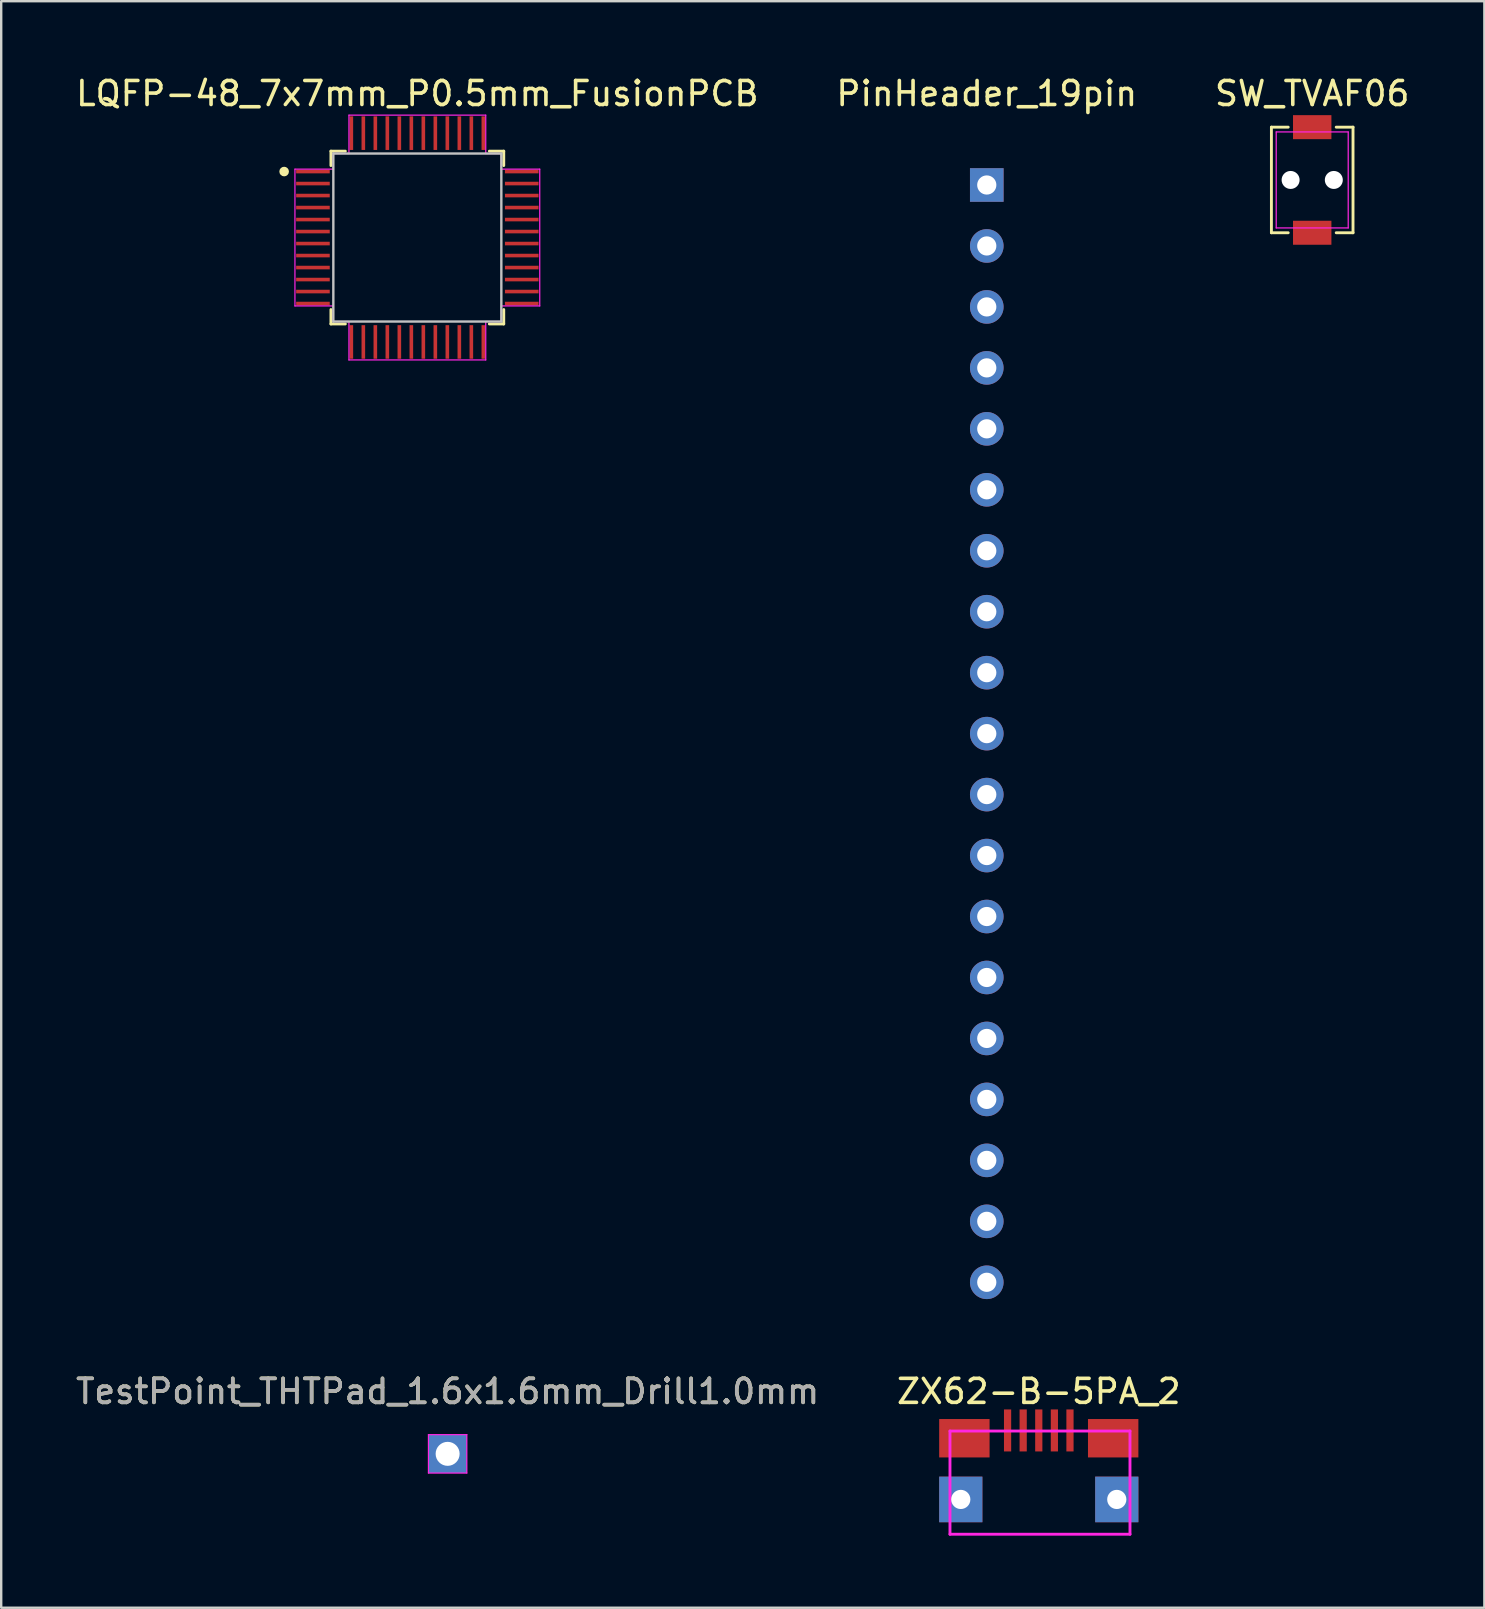
<source format=kicad_pcb>
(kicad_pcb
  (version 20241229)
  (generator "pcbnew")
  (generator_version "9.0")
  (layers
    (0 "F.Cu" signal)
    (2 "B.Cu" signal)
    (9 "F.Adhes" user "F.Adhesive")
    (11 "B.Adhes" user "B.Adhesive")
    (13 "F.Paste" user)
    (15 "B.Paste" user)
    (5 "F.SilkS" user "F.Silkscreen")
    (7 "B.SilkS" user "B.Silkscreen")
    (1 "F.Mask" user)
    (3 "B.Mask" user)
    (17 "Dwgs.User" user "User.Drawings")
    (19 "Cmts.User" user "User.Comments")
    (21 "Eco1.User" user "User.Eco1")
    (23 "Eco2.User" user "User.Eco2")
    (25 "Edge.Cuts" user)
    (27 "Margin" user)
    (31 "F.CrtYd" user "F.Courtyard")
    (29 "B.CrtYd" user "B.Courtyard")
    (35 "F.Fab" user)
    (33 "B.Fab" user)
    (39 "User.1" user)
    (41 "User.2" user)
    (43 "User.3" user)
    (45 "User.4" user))
  (footprint "ZX62-B-5PA_2"
    (layer "F.Cu")
    (at 40.232 59.426)
    (property "Reference" "ZX62-B-5PA_2" (at 0 -4.5 0) (layer "F.SilkS") (effects (font (size 1 1) (thickness 0.15))))
    (attr through_hole)
    (fp_line (start -3.7 -2.85) (end 3.8 -2.85) (stroke (width 0.12) (type solid)) (layer "F.CrtYd"))
    (fp_line (start -3.7 1.45) (end -3.7 -2.85) (stroke (width 0.12) (type solid)) (layer "F.CrtYd"))
    (fp_line (start 3.8 -2.85) (end 3.8 1.45) (stroke (width 0.12) (type solid)) (layer "F.CrtYd"))
    (fp_line (start 3.8 1.45) (end -3.7 1.45) (stroke (width 0.12) (type solid)) (layer "F.CrtYd"))
    (pad "1" smd rect (at -1.3 -2.875) (size 0.3 1.75) (layers "F.Cu" "F.Mask" "F.Paste"))
    (pad "2" smd rect (at -0.65 -2.875) (size 0.3 1.75) (layers "F.Cu" "F.Mask" "F.Paste"))
    (pad "3" smd rect (at 0 -2.875) (size 0.3 1.75) (layers "F.Cu" "F.Mask" "F.Paste"))
    (pad "4" smd rect (at 0.65 -2.875) (size 0.3 1.75) (layers "F.Cu" "F.Mask" "F.Paste"))
    (pad "5" smd rect (at 1.3 -2.875) (size 0.3 1.75) (layers "F.Cu" "F.Mask" "F.Paste"))
    (pad "6" thru_hole rect (at -3.25 0) (size 1.8 1.9) (drill 0.8) (layers "*.Cu" "*.Mask"))
    (pad "6" smd rect (at -3.1 -2.55) (size 2.1 1.6) (layers "F.Cu" "F.Mask" "F.Paste"))
    (pad "6" smd rect (at 3.1 -2.55) (size 2.1 1.6) (layers "F.Cu" "F.Mask" "F.Paste"))
    (pad "6" thru_hole rect (at 3.25 0) (size 1.8 1.9) (drill 0.8) (layers "*.Cu" "*.Mask")))
  (footprint "TestPoint_THTPad_1.6x1.6mm_Drill1.0mm"
    (layer "F.Cu")
    (at 15.601 57.526)
    (property "Reference" "TestPoint_THTPad_1.6x1.6mm_Drill1.0mm" (at 0 -2.6 0) (layer "F.SilkS") (effects (font (size 1 1) (thickness 0.15))))
    (attr exclude_from_pos_files exclude_from_bom)
    (fp_line (start -0.8 -0.8) (end -0.8 0.8) (stroke (width 0.05) (type solid)) (layer "F.CrtYd"))
    (fp_line (start -0.8 -0.8) (end 0.8 -0.8) (stroke (width 0.05) (type solid)) (layer "F.CrtYd"))
    (fp_line (start 0.8 0.8) (end -0.8 0.8) (stroke (width 0.05) (type solid)) (layer "F.CrtYd"))
    (fp_line (start 0.8 0.8) (end 0.8 -0.8) (stroke (width 0.05) (type solid)) (layer "F.CrtYd"))
    (fp_text user "${REFERENCE}" (at 0 -2.6 0) (layer "F.Fab") (effects (font (size 1 1) (thickness 0.15))))
    (pad "1" thru_hole rect (at 0 0) (size 1.6 1.6) (drill 1) (layers "*.Cu" "*.Mask")))
  (footprint "PinHeader_19pin"
    (layer "F.Cu")
    (at 38.065 4.658)
    (property "Reference" "PinHeader_19pin" (at 0 -3.81 0) (layer "F.SilkS") (effects (font (size 1 1) (thickness 0.15))))
    (attr through_hole)
    (pad "1" thru_hole rect (at 0 0) (size 1.4 1.4) (drill 0.8) (layers "*.Cu" "*.Mask"))
    (pad "2" thru_hole circle (at 0 2.54) (size 1.4 1.4) (drill 0.8) (layers "*.Cu" "*.Mask"))
    (pad "3" thru_hole circle (at 0 5.08) (size 1.4 1.4) (drill 0.8) (layers "*.Cu" "*.Mask"))
    (pad "4" thru_hole circle (at 0 7.62) (size 1.4 1.4) (drill 0.8) (layers "*.Cu" "*.Mask"))
    (pad "5" thru_hole circle (at 0 10.16) (size 1.4 1.4) (drill 0.8) (layers "*.Cu" "*.Mask"))
    (pad "6" thru_hole circle (at 0 12.7) (size 1.4 1.4) (drill 0.8) (layers "*.Cu" "*.Mask"))
    (pad "7" thru_hole circle (at 0 15.24) (size 1.4 1.4) (drill 0.8) (layers "*.Cu" "*.Mask"))
    (pad "8" thru_hole circle (at 0 17.78) (size 1.4 1.4) (drill 0.8) (layers "*.Cu" "*.Mask"))
    (pad "9" thru_hole circle (at 0 20.32) (size 1.4 1.4) (drill 0.8) (layers "*.Cu" "*.Mask"))
    (pad "10" thru_hole circle (at 0 22.86) (size 1.4 1.4) (drill 0.8) (layers "*.Cu" "*.Mask"))
    (pad "11" thru_hole circle (at 0 25.4) (size 1.4 1.4) (drill 0.8) (layers "*.Cu" "*.Mask"))
    (pad "12" thru_hole circle (at 0 27.94) (size 1.4 1.4) (drill 0.8) (layers "*.Cu" "*.Mask"))
    (pad "13" thru_hole circle (at 0 30.48) (size 1.4 1.4) (drill 0.8) (layers "*.Cu" "*.Mask"))
    (pad "14" thru_hole circle (at 0 33.02) (size 1.4 1.4) (drill 0.8) (layers "*.Cu" "*.Mask"))
    (pad "15" thru_hole circle (at 0 35.56) (size 1.4 1.4) (drill 0.8) (layers "*.Cu" "*.Mask"))
    (pad "16" thru_hole circle (at 0 38.1) (size 1.4 1.4) (drill 0.8) (layers "*.Cu" "*.Mask"))
    (pad "17" thru_hole circle (at 0 40.64) (size 1.4 1.4) (drill 0.8) (layers "*.Cu" "*.Mask"))
    (pad "18" thru_hole circle (at 0 43.18) (size 1.4 1.4) (drill 0.8) (layers "*.Cu" "*.Mask"))
    (pad "19" thru_hole circle (at 0 45.72) (size 1.4 1.4) (drill 0.8) (layers "*.Cu" "*.Mask")))
  (footprint "SW_TVAF06"
    (layer "F.Cu")
    (at 51.625 4.448)
    (property "Reference" "SW_TVAF06" (at 0 -3.6 0) (layer "F.SilkS") (effects (font (size 1 1) (thickness 0.15))))
    (attr through_hole)
    (fp_line (start -1.7 -2.2) (end -1 -2.2) (stroke (width 0.12) (type solid)) (layer "F.SilkS"))
    (fp_line (start -1.7 2.2) (end -1.7 -2.2) (stroke (width 0.12) (type solid)) (layer "F.SilkS"))
    (fp_line (start -1 2.2) (end -1.7 2.2) (stroke (width 0.12) (type solid)) (layer "F.SilkS"))
    (fp_line (start 1 -2.2) (end 1.7 -2.2) (stroke (width 0.12) (type solid)) (layer "F.SilkS"))
    (fp_line (start 1.7 -2.2) (end 1.7 2.2) (stroke (width 0.12) (type solid)) (layer "F.SilkS"))
    (fp_line (start 1.7 2.2) (end 1 2.2) (stroke (width 0.12) (type solid)) (layer "F.SilkS"))
    (fp_line (start -1.5 -2) (end 1.5 -2) (stroke (width 0.05) (type solid)) (layer "F.CrtYd"))
    (fp_line (start -1.5 2) (end -1.5 -2) (stroke (width 0.05) (type solid)) (layer "F.CrtYd"))
    (fp_line (start 1.5 -2) (end 1.5 2) (stroke (width 0.05) (type solid)) (layer "F.CrtYd"))
    (fp_line (start 1.5 2) (end -1.5 2) (stroke (width 0.05) (type solid)) (layer "F.CrtYd"))
    (pad "" np_thru_hole circle (at -0.9 0) (size 0.75 0.75) (drill 0.75) (layers "*.Cu" "*.Mask"))
    (pad "" np_thru_hole circle (at 0.9 0) (size 0.75 0.75) (drill 0.75) (layers "*.Cu" "*.Mask"))
    (pad "1" smd rect (at 0 -2.2) (size 1.6 1) (layers "F.Cu" "F.Mask" "F.Paste"))
    (pad "2" smd rect (at 0 2.2) (size 1.6 1) (layers "F.Cu" "F.Mask" "F.Paste")))
  (footprint "LQFP-48_7x7mm_P0.5mm_FusionPCB"
    (layer "F.Cu")
    (at 14.339 6.848)
    (property "Reference" "LQFP-48_7x7mm_P0.5mm_FusionPCB" (at 0 -6 0) (layer "F.SilkS") (effects (font (size 1 1) (thickness 0.15))))
    (attr through_hole)
    (fp_line (start -3.6 -3.6) (end -3 -3.6) (stroke (width 0.12) (type solid)) (layer "F.SilkS"))
    (fp_line (start -3.6 -3) (end -3.6 -3.6) (stroke (width 0.12) (type solid)) (layer "F.SilkS"))
    (fp_line (start -3.6 3.6) (end -3.6 3) (stroke (width 0.12) (type solid)) (layer "F.SilkS"))
    (fp_line (start -3 3.6) (end -3.6 3.6) (stroke (width 0.12) (type solid)) (layer "F.SilkS"))
    (fp_line (start 3 -3.6) (end 3.6 -3.6) (stroke (width 0.12) (type solid)) (layer "F.SilkS"))
    (fp_line (start 3.6 -3.6) (end 3.6 -3) (stroke (width 0.12) (type solid)) (layer "F.SilkS"))
    (fp_line (start 3.6 3) (end 3.6 3.6) (stroke (width 0.12) (type solid)) (layer "F.SilkS"))
    (fp_line (start 3.6 3.6) (end 3 3.6) (stroke (width 0.12) (type solid)) (layer "F.SilkS"))
    (fp_circle (center -5.55 -2.75) (end -5.45 -2.75) (stroke (width 0.2) (type solid)) (fill no) (layer "F.SilkS"))
    (fp_line (start -3.5 -3.5) (end 3.5 -3.5) (stroke (width 0.1) (type solid)) (layer "Dwgs.User"))
    (fp_line (start -3.5 3.5) (end -3.5 -3.5) (stroke (width 0.1) (type solid)) (layer "Dwgs.User"))
    (fp_line (start 3.5 -3.5) (end 3.5 3.5) (stroke (width 0.1) (type solid)) (layer "Dwgs.User"))
    (fp_line (start 3.5 3.5) (end -3.5 3.5) (stroke (width 0.1) (type solid)) (layer "Dwgs.User"))
    (fp_line (start -5.1 -2.85) (end -3.5 -2.85) (stroke (width 0.05) (type solid)) (layer "F.CrtYd"))
    (fp_line (start -5.1 2.85) (end -5.1 -2.85) (stroke (width 0.05) (type solid)) (layer "F.CrtYd"))
    (fp_line (start -3.5 -3.5) (end -2.85 -3.5) (stroke (width 0.05) (type solid)) (layer "F.CrtYd"))
    (fp_line (start -3.5 -2.85) (end -3.5 -3.5) (stroke (width 0.05) (type solid)) (layer "F.CrtYd"))
    (fp_line (start -3.5 2.85) (end -5.1 2.85) (stroke (width 0.05) (type solid)) (layer "F.CrtYd"))
    (fp_line (start -3.5 3.5) (end -3.5 2.85) (stroke (width 0.05) (type solid)) (layer "F.CrtYd"))
    (fp_line (start -2.85 -5.1) (end 2.85 -5.1) (stroke (width 0.05) (type solid)) (layer "F.CrtYd"))
    (fp_line (start -2.85 -3.5) (end -2.85 -5.1) (stroke (width 0.05) (type solid)) (layer "F.CrtYd"))
    (fp_line (start -2.85 3.5) (end -3.5 3.5) (stroke (width 0.05) (type solid)) (layer "F.CrtYd"))
    (fp_line (start -2.85 5.1) (end -2.85 3.5) (stroke (width 0.05) (type solid)) (layer "F.CrtYd"))
    (fp_line (start 2.85 -5.1) (end 2.85 -3.5) (stroke (width 0.05) (type solid)) (layer "F.CrtYd"))
    (fp_line (start 2.85 -3.5) (end 3.5 -3.5) (stroke (width 0.05) (type solid)) (layer "F.CrtYd"))
    (fp_line (start 2.85 3.5) (end 2.85 5.1) (stroke (width 0.05) (type solid)) (layer "F.CrtYd"))
    (fp_line (start 2.85 5.1) (end -2.85 5.1) (stroke (width 0.05) (type solid)) (layer "F.CrtYd"))
    (fp_line (start 3.5 -3.5) (end 3.5 -2.85) (stroke (width 0.05) (type solid)) (layer "F.CrtYd"))
    (fp_line (start 3.5 -2.85) (end 5.1 -2.85) (stroke (width 0.05) (type solid)) (layer "F.CrtYd"))
    (fp_line (start 3.5 2.85) (end 3.5 3.5) (stroke (width 0.05) (type solid)) (layer "F.CrtYd"))
    (fp_line (start 3.5 3.5) (end 2.85 3.5) (stroke (width 0.05) (type solid)) (layer "F.CrtYd"))
    (fp_line (start 5.1 -2.85) (end 5.1 2.85) (stroke (width 0.05) (type solid)) (layer "F.CrtYd"))
    (fp_line (start 5.1 2.85) (end 3.5 2.85) (stroke (width 0.05) (type solid)) (layer "F.CrtYd"))
    (pad "1" smd rect (at -4.35 -2.75) (size 1.4 0.15) (layers "F.Cu" "F.Mask" "F.Paste"))
    (pad "2" smd rect (at -4.35 -2.25) (size 1.4 0.15) (layers "F.Cu" "F.Mask" "F.Paste"))
    (pad "3" smd rect (at -4.35 -1.75) (size 1.4 0.15) (layers "F.Cu" "F.Mask" "F.Paste"))
    (pad "4" smd rect (at -4.35 -1.25) (size 1.4 0.15) (layers "F.Cu" "F.Mask" "F.Paste"))
    (pad "5" smd rect (at -4.35 -0.75) (size 1.4 0.15) (layers "F.Cu" "F.Mask" "F.Paste"))
    (pad "6" smd rect (at -4.35 -0.25) (size 1.4 0.15) (layers "F.Cu" "F.Mask" "F.Paste"))
    (pad "7" smd rect (at -4.35 0.25) (size 1.4 0.15) (layers "F.Cu" "F.Mask" "F.Paste"))
    (pad "8" smd rect (at -4.35 0.75) (size 1.4 0.15) (layers "F.Cu" "F.Mask" "F.Paste"))
    (pad "9" smd rect (at -4.35 1.25) (size 1.4 0.15) (layers "F.Cu" "F.Mask" "F.Paste"))
    (pad "10" smd rect (at -4.35 1.75) (size 1.4 0.15) (layers "F.Cu" "F.Mask" "F.Paste"))
    (pad "11" smd rect (at -4.35 2.25) (size 1.4 0.15) (layers "F.Cu" "F.Mask" "F.Paste"))
    (pad "12" smd rect (at -4.35 2.75) (size 1.4 0.15) (layers "F.Cu" "F.Mask" "F.Paste"))
    (pad "13" smd rect (at -2.75 4.35) (size 0.15 1.4) (layers "F.Cu" "F.Mask" "F.Paste"))
    (pad "14" smd rect (at -2.25 4.35) (size 0.15 1.4) (layers "F.Cu" "F.Mask" "F.Paste"))
    (pad "15" smd rect (at -1.75 4.35) (size 0.15 1.4) (layers "F.Cu" "F.Mask" "F.Paste"))
    (pad "16" smd rect (at -1.25 4.35) (size 0.15 1.4) (layers "F.Cu" "F.Mask" "F.Paste"))
    (pad "17" smd rect (at -0.75 4.35) (size 0.15 1.4) (layers "F.Cu" "F.Mask" "F.Paste"))
    (pad "18" smd rect (at -0.25 4.35) (size 0.15 1.4) (layers "F.Cu" "F.Mask" "F.Paste"))
    (pad "19" smd rect (at 0.25 4.35) (size 0.15 1.4) (layers "F.Cu" "F.Mask" "F.Paste"))
    (pad "20" smd rect (at 0.75 4.35) (size 0.15 1.4) (layers "F.Cu" "F.Mask" "F.Paste"))
    (pad "21" smd rect (at 1.25 4.35) (size 0.15 1.4) (layers "F.Cu" "F.Mask" "F.Paste"))
    (pad "22" smd rect (at 1.75 4.35) (size 0.15 1.4) (layers "F.Cu" "F.Mask" "F.Paste"))
    (pad "23" smd rect (at 2.25 4.35) (size 0.15 1.4) (layers "F.Cu" "F.Mask" "F.Paste"))
    (pad "24" smd rect (at 2.75 4.35) (size 0.15 1.4) (layers "F.Cu" "F.Mask" "F.Paste"))
    (pad "25" smd rect (at 4.35 2.75) (size 1.4 0.15) (layers "F.Cu" "F.Mask" "F.Paste"))
    (pad "26" smd rect (at 4.35 2.25) (size 1.4 0.15) (layers "F.Cu" "F.Mask" "F.Paste"))
    (pad "27" smd rect (at 4.35 1.75) (size 1.4 0.15) (layers "F.Cu" "F.Mask" "F.Paste"))
    (pad "28" smd rect (at 4.35 1.25) (size 1.4 0.15) (layers "F.Cu" "F.Mask" "F.Paste"))
    (pad "29" smd rect (at 4.35 0.75) (size 1.4 0.15) (layers "F.Cu" "F.Mask" "F.Paste"))
    (pad "30" smd rect (at 4.35 0.25) (size 1.4 0.15) (layers "F.Cu" "F.Mask" "F.Paste"))
    (pad "31" smd rect (at 4.35 -0.25) (size 1.4 0.15) (layers "F.Cu" "F.Mask" "F.Paste"))
    (pad "32" smd rect (at 4.35 -0.75) (size 1.4 0.15) (layers "F.Cu" "F.Mask" "F.Paste"))
    (pad "33" smd rect (at 4.35 -1.25) (size 1.4 0.15) (layers "F.Cu" "F.Mask" "F.Paste"))
    (pad "34" smd rect (at 4.35 -1.75) (size 1.4 0.15) (layers "F.Cu" "F.Mask" "F.Paste"))
    (pad "35" smd rect (at 4.35 -2.25) (size 1.4 0.15) (layers "F.Cu" "F.Mask" "F.Paste"))
    (pad "36" smd rect (at 4.35 -2.75) (size 1.4 0.15) (layers "F.Cu" "F.Mask" "F.Paste"))
    (pad "37" smd rect (at 2.75 -4.35) (size 0.15 1.4) (layers "F.Cu" "F.Mask" "F.Paste"))
    (pad "38" smd rect (at 2.25 -4.35) (size 0.15 1.4) (layers "F.Cu" "F.Mask" "F.Paste"))
    (pad "39" smd rect (at 1.75 -4.35) (size 0.15 1.4) (layers "F.Cu" "F.Mask" "F.Paste"))
    (pad "40" smd rect (at 1.25 -4.35) (size 0.15 1.4) (layers "F.Cu" "F.Mask" "F.Paste"))
    (pad "41" smd rect (at 0.75 -4.35) (size 0.15 1.4) (layers "F.Cu" "F.Mask" "F.Paste"))
    (pad "42" smd rect (at 0.25 -4.35) (size 0.15 1.4) (layers "F.Cu" "F.Mask" "F.Paste"))
    (pad "43" smd rect (at -0.25 -4.35) (size 0.15 1.4) (layers "F.Cu" "F.Mask" "F.Paste"))
    (pad "44" smd rect (at -0.75 -4.35) (size 0.15 1.4) (layers "F.Cu" "F.Mask" "F.Paste"))
    (pad "45" smd rect (at -1.25 -4.35) (size 0.15 1.4) (layers "F.Cu" "F.Mask" "F.Paste"))
    (pad "46" smd rect (at -1.75 -4.35) (size 0.15 1.4) (layers "F.Cu" "F.Mask" "F.Paste"))
    (pad "47" smd rect (at -2.25 -4.35) (size 0.15 1.4) (layers "F.Cu" "F.Mask" "F.Paste"))
    (pad "48" smd rect (at -2.75 -4.35) (size 0.15 1.4) (layers "F.Cu" "F.Mask" "F.Paste")))
  (gr_rect
    (start -3 -3)
    (end 58.798 63.937)
    (stroke (width 0.1) (type default))
    (fill no)
    (layer "Edge.Cuts")))
</source>
